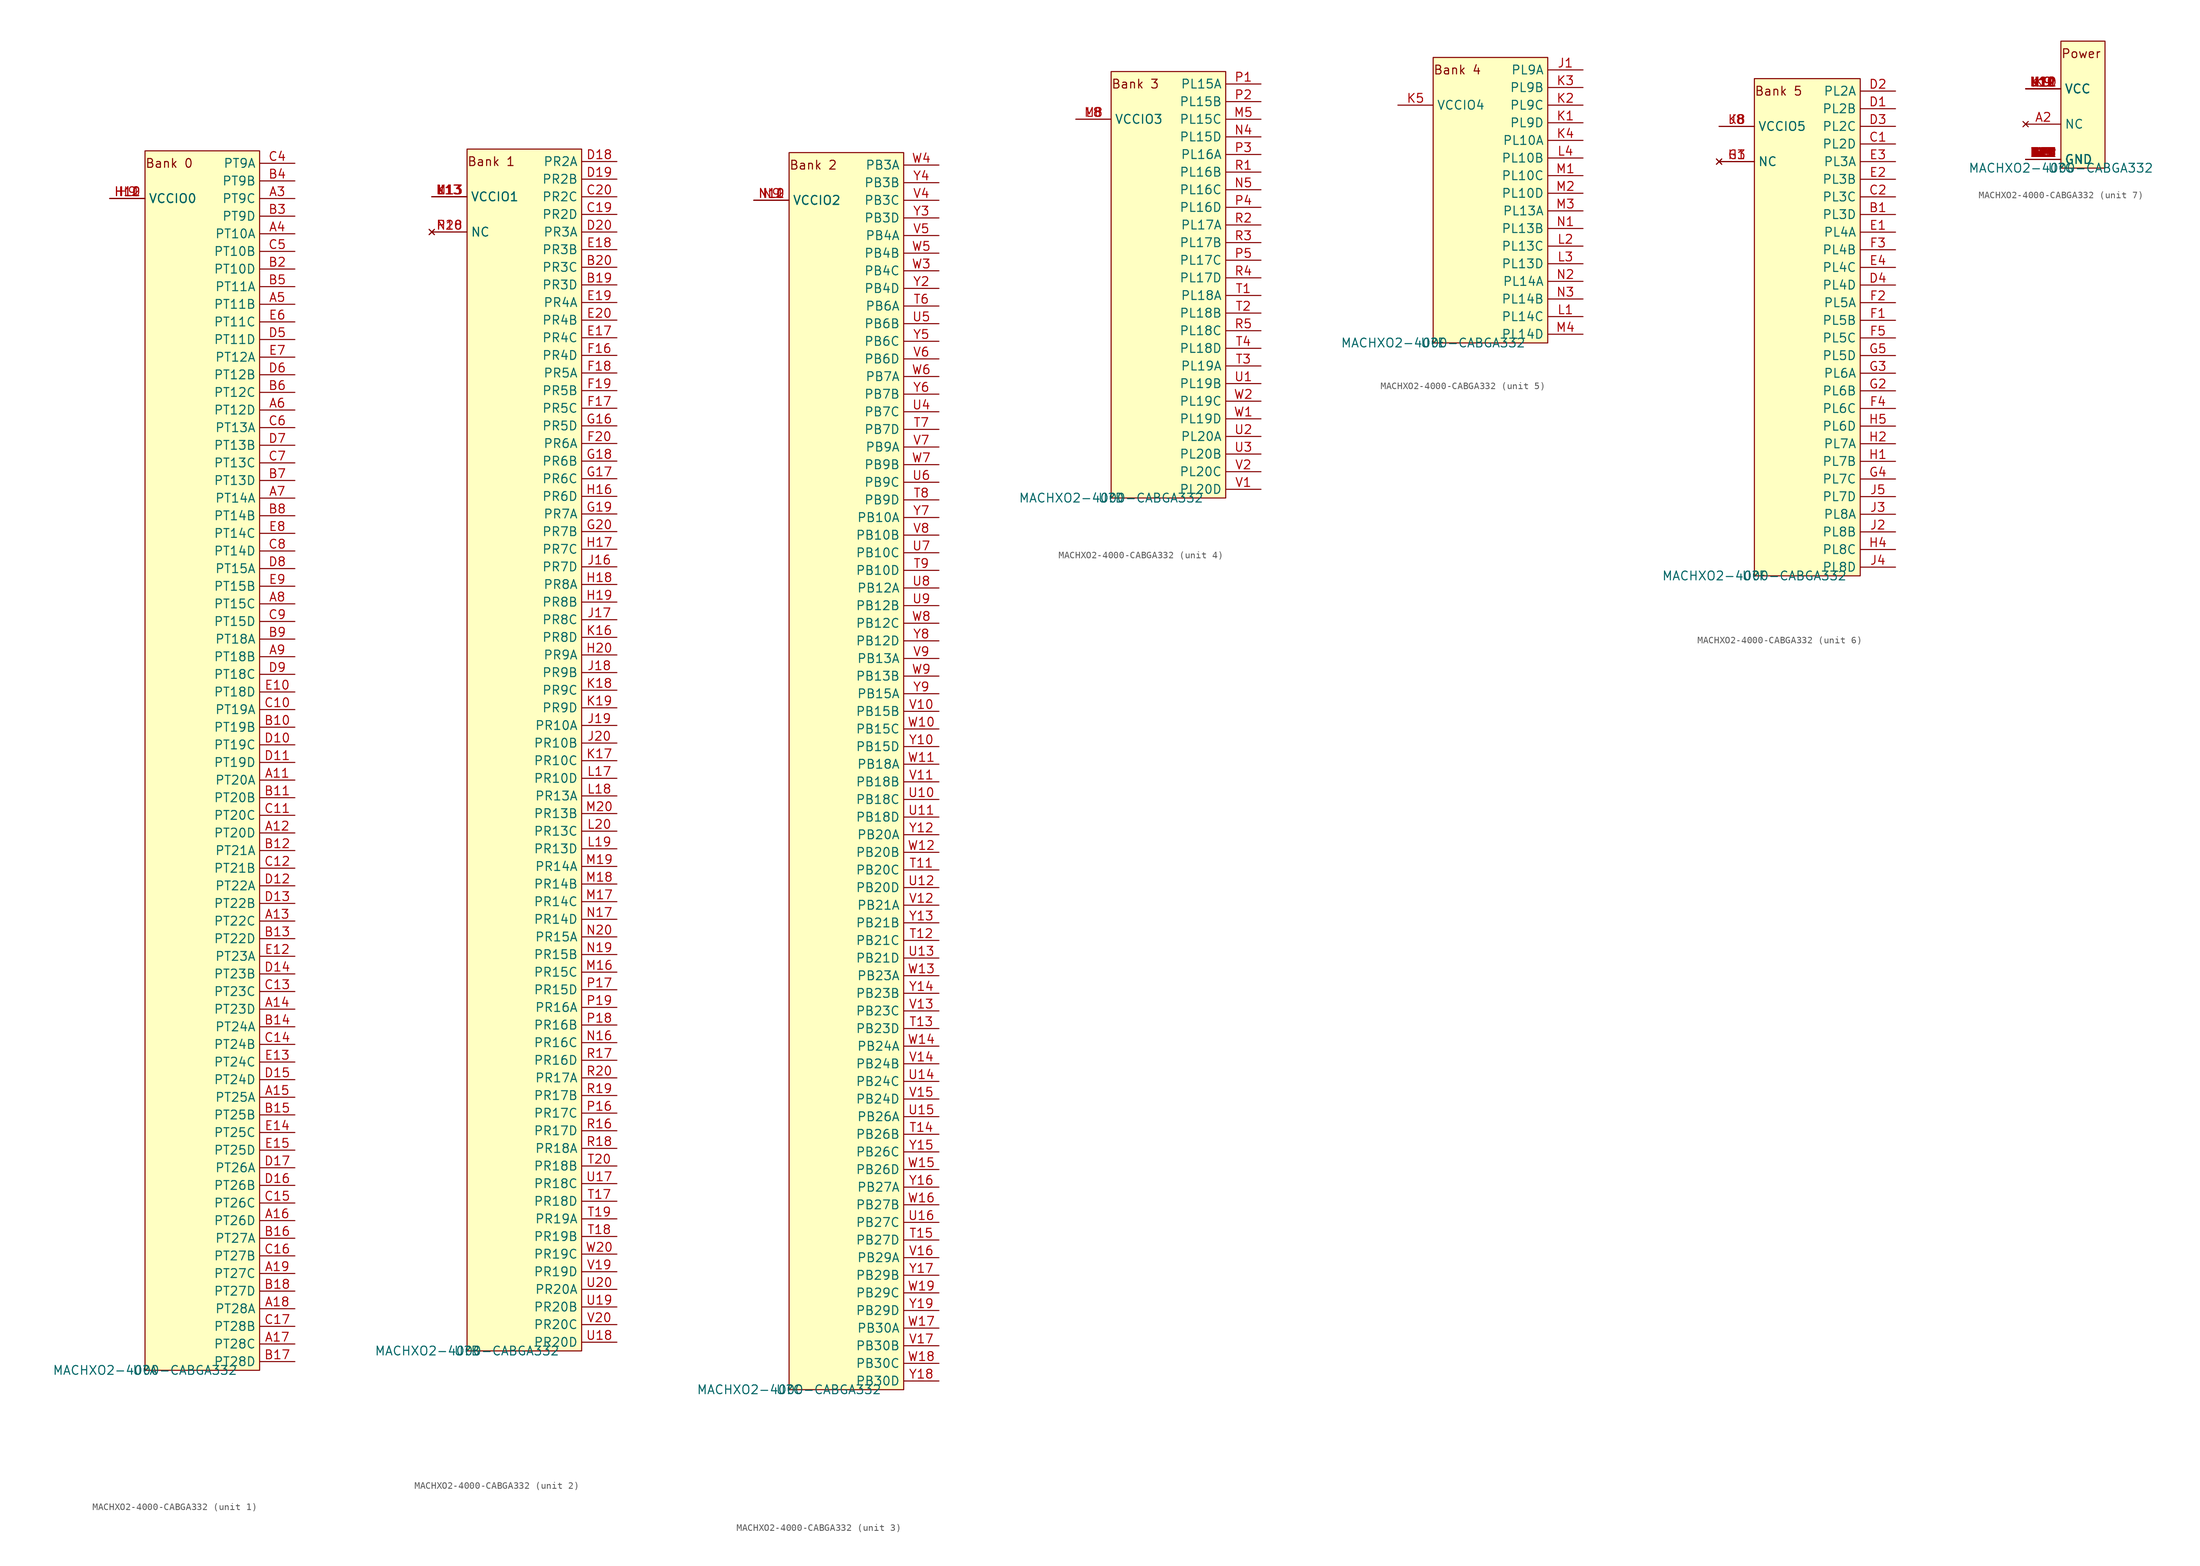
<source format=kicad_sym>
(kicad_symbol_lib
  (version 20211014)
  (generator kicad_symbol_editor)
  (symbol "MACHXO2-4000-CABGA332"
    (property "Reference" "U"
      (at 0 0 0)
      (effects (font (size 1.27 1.27))))
    (property "Value" "MACHXO2-4000-CABGA332"
      (at 0 0 0)
      (effects (font (size 1.27 1.27))))
    (property "ki_locked" ""
      (at 0 0 0)
      (effects (font (size 1.27 1.27))))
    (symbol "MACHXO2-4000-CABGA332_1_0"
      (pin power_in line (at -5.08 168.894 0) (length 5.08) (name "VCCIO0" (effects (font (size 1.27 1.27)))) (number "H11" (effects (font (size 1.27 1.27)))))
      (pin power_in line (at -5.08 168.894 0) (length 5.08) (name "VCCIO0" (effects (font (size 1.27 1.27)))) (number "H9" (effects (font (size 1.27 1.27)))))
      (pin power_in line (at -5.08 168.894 0) (length 5.08) (name "VCCIO0" (effects (font (size 1.27 1.27)))) (number "H12" (effects (font (size 1.27 1.27)))))
      (pin power_in line (at -5.08 168.894 0) (length 5.08) (name "VCCIO0" (effects (font (size 1.27 1.27)))) (number "H10" (effects (font (size 1.27 1.27)))))
      (pin bidirectional line (at 21.59 173.974 180) (length 5.08) (name "PT9A" (effects (font (size 1.27 1.27)))) (number "C4" (effects (font (size 1.27 1.27)))))
      (pin bidirectional line (at 21.59 171.434 180) (length 5.08) (name "PT9B" (effects (font (size 1.27 1.27)))) (number "B4" (effects (font (size 1.27 1.27)))))
      (pin bidirectional line (at 21.59 168.894 180) (length 5.08) (name "PT9C" (effects (font (size 1.27 1.27)))) (number "A3" (effects (font (size 1.27 1.27)))))
      (pin bidirectional line (at 21.59 166.354 180) (length 5.08) (name "PT9D" (effects (font (size 1.27 1.27)))) (number "B3" (effects (font (size 1.27 1.27)))))
      (pin bidirectional line (at 21.59 163.814 180) (length 5.08) (name "PT10A" (effects (font (size 1.27 1.27)))) (number "A4" (effects (font (size 1.27 1.27)))))
      (pin bidirectional line (at 21.59 161.274 180) (length 5.08) (name "PT10B" (effects (font (size 1.27 1.27)))) (number "C5" (effects (font (size 1.27 1.27)))))
      (pin bidirectional line (at 21.59 158.734 180) (length 5.08) (name "PT10D" (effects (font (size 1.27 1.27)))) (number "B2" (effects (font (size 1.27 1.27)))))
      (pin bidirectional line (at 21.59 156.194 180) (length 5.08) (name "PT11A" (effects (font (size 1.27 1.27)))) (number "B5" (effects (font (size 1.27 1.27)))))
      (pin bidirectional line (at 21.59 153.654 180) (length 5.08) (name "PT11B" (effects (font (size 1.27 1.27)))) (number "A5" (effects (font (size 1.27 1.27)))))
      (pin bidirectional line (at 21.59 151.114 180) (length 5.08) (name "PT11C" (effects (font (size 1.27 1.27)))) (number "E6" (effects (font (size 1.27 1.27)))))
      (pin bidirectional line (at 21.59 148.574 180) (length 5.08) (name "PT11D" (effects (font (size 1.27 1.27)))) (number "D5" (effects (font (size 1.27 1.27)))))
      (pin bidirectional line (at 21.59 146.034 180) (length 5.08) (name "PT12A" (effects (font (size 1.27 1.27)))) (number "E7" (effects (font (size 1.27 1.27)))))
      (pin bidirectional line (at 21.59 143.494 180) (length 5.08) (name "PT12B" (effects (font (size 1.27 1.27)))) (number "D6" (effects (font (size 1.27 1.27)))))
      (pin bidirectional line (at 21.59 140.954 180) (length 5.08) (name "PT12C" (effects (font (size 1.27 1.27)))) (number "B6" (effects (font (size 1.27 1.27)))))
      (pin bidirectional line (at 21.59 138.414 180) (length 5.08) (name "PT12D" (effects (font (size 1.27 1.27)))) (number "A6" (effects (font (size 1.27 1.27)))))
      (pin bidirectional line (at 21.59 135.874 180) (length 5.08) (name "PT13A" (effects (font (size 1.27 1.27)))) (number "C6" (effects (font (size 1.27 1.27)))))
      (pin bidirectional line (at 21.59 133.334 180) (length 5.08) (name "PT13B" (effects (font (size 1.27 1.27)))) (number "D7" (effects (font (size 1.27 1.27)))))
      (pin bidirectional line (at 21.59 130.794 180) (length 5.08) (name "PT13C" (effects (font (size 1.27 1.27)))) (number "C7" (effects (font (size 1.27 1.27)))))
      (pin bidirectional line (at 21.59 128.254 180) (length 5.08) (name "PT13D" (effects (font (size 1.27 1.27)))) (number "B7" (effects (font (size 1.27 1.27)))))
      (pin bidirectional line (at 21.59 125.714 180) (length 5.08) (name "PT14A" (effects (font (size 1.27 1.27)))) (number "A7" (effects (font (size 1.27 1.27)))))
      (pin bidirectional line (at 21.59 123.174 180) (length 5.08) (name "PT14B" (effects (font (size 1.27 1.27)))) (number "B8" (effects (font (size 1.27 1.27)))))
      (pin bidirectional line (at 21.59 120.634 180) (length 5.08) (name "PT14C" (effects (font (size 1.27 1.27)))) (number "E8" (effects (font (size 1.27 1.27)))))
      (pin bidirectional line (at 21.59 118.094 180) (length 5.08) (name "PT14D" (effects (font (size 1.27 1.27)))) (number "C8" (effects (font (size 1.27 1.27)))))
      (pin bidirectional line (at 21.59 115.554 180) (length 5.08) (name "PT15A" (effects (font (size 1.27 1.27)))) (number "D8" (effects (font (size 1.27 1.27)))))
      (pin bidirectional line (at 21.59 113.014 180) (length 5.08) (name "PT15B" (effects (font (size 1.27 1.27)))) (number "E9" (effects (font (size 1.27 1.27)))))
      (pin bidirectional line (at 21.59 110.474 180) (length 5.08) (name "PT15C" (effects (font (size 1.27 1.27)))) (number "A8" (effects (font (size 1.27 1.27)))))
      (pin bidirectional line (at 21.59 107.934 180) (length 5.08) (name "PT15D" (effects (font (size 1.27 1.27)))) (number "C9" (effects (font (size 1.27 1.27)))))
      (pin bidirectional line (at 21.59 105.394 180) (length 5.08) (name "PT18A" (effects (font (size 1.27 1.27)))) (number "B9" (effects (font (size 1.27 1.27)))))
      (pin bidirectional line (at 21.59 102.854 180) (length 5.08) (name "PT18B" (effects (font (size 1.27 1.27)))) (number "A9" (effects (font (size 1.27 1.27)))))
      (pin bidirectional line (at 21.59 100.314 180) (length 5.08) (name "PT18C" (effects (font (size 1.27 1.27)))) (number "D9" (effects (font (size 1.27 1.27)))))
      (pin bidirectional line (at 21.59 97.774 180) (length 5.08) (name "PT18D" (effects (font (size 1.27 1.27)))) (number "E10" (effects (font (size 1.27 1.27)))))
      (pin bidirectional line (at 21.59 95.234 180) (length 5.08) (name "PT19A" (effects (font (size 1.27 1.27)))) (number "C10" (effects (font (size 1.27 1.27)))))
      (pin bidirectional line (at 21.59 92.694 180) (length 5.08) (name "PT19B" (effects (font (size 1.27 1.27)))) (number "B10" (effects (font (size 1.27 1.27)))))
      (pin bidirectional line (at 21.59 90.154 180) (length 5.08) (name "PT19C" (effects (font (size 1.27 1.27)))) (number "D10" (effects (font (size 1.27 1.27)))))
      (pin bidirectional line (at 21.59 87.614 180) (length 5.08) (name "PT19D" (effects (font (size 1.27 1.27)))) (number "D11" (effects (font (size 1.27 1.27)))))
      (pin bidirectional line (at 21.59 85.074 180) (length 5.08) (name "PT20A" (effects (font (size 1.27 1.27)))) (number "A11" (effects (font (size 1.27 1.27)))))
      (pin bidirectional line (at 21.59 82.534 180) (length 5.08) (name "PT20B" (effects (font (size 1.27 1.27)))) (number "B11" (effects (font (size 1.27 1.27)))))
      (pin bidirectional line (at 21.59 79.994 180) (length 5.08) (name "PT20C" (effects (font (size 1.27 1.27)))) (number "C11" (effects (font (size 1.27 1.27)))))
      (pin bidirectional line (at 21.59 77.454 180) (length 5.08) (name "PT20D" (effects (font (size 1.27 1.27)))) (number "A12" (effects (font (size 1.27 1.27)))))
      (pin bidirectional line (at 21.59 74.914 180) (length 5.08) (name "PT21A" (effects (font (size 1.27 1.27)))) (number "B12" (effects (font (size 1.27 1.27)))))
      (pin bidirectional line (at 21.59 72.374 180) (length 5.08) (name "PT21B" (effects (font (size 1.27 1.27)))) (number "C12" (effects (font (size 1.27 1.27)))))
      (pin bidirectional line (at 21.59 69.834 180) (length 5.08) (name "PT22A" (effects (font (size 1.27 1.27)))) (number "D12" (effects (font (size 1.27 1.27)))))
      (pin bidirectional line (at 21.59 67.294 180) (length 5.08) (name "PT22B" (effects (font (size 1.27 1.27)))) (number "D13" (effects (font (size 1.27 1.27)))))
      (pin bidirectional line (at 21.59 64.754 180) (length 5.08) (name "PT22C" (effects (font (size 1.27 1.27)))) (number "A13" (effects (font (size 1.27 1.27)))))
      (pin bidirectional line (at 21.59 62.214 180) (length 5.08) (name "PT22D" (effects (font (size 1.27 1.27)))) (number "B13" (effects (font (size 1.27 1.27)))))
      (pin bidirectional line (at 21.59 59.674 180) (length 5.08) (name "PT23A" (effects (font (size 1.27 1.27)))) (number "E12" (effects (font (size 1.27 1.27)))))
      (pin bidirectional line (at 21.59 57.134 180) (length 5.08) (name "PT23B" (effects (font (size 1.27 1.27)))) (number "D14" (effects (font (size 1.27 1.27)))))
      (pin bidirectional line (at 21.59 54.594 180) (length 5.08) (name "PT23C" (effects (font (size 1.27 1.27)))) (number "C13" (effects (font (size 1.27 1.27)))))
      (pin bidirectional line (at 21.59 52.054 180) (length 5.08) (name "PT23D" (effects (font (size 1.27 1.27)))) (number "A14" (effects (font (size 1.27 1.27)))))
      (pin bidirectional line (at 21.59 49.514 180) (length 5.08) (name "PT24A" (effects (font (size 1.27 1.27)))) (number "B14" (effects (font (size 1.27 1.27)))))
      (pin bidirectional line (at 21.59 46.974 180) (length 5.08) (name "PT24B" (effects (font (size 1.27 1.27)))) (number "C14" (effects (font (size 1.27 1.27)))))
      (pin bidirectional line (at 21.59 44.434 180) (length 5.08) (name "PT24C" (effects (font (size 1.27 1.27)))) (number "E13" (effects (font (size 1.27 1.27)))))
      (pin bidirectional line (at 21.59 41.894 180) (length 5.08) (name "PT24D" (effects (font (size 1.27 1.27)))) (number "D15" (effects (font (size 1.27 1.27)))))
      (pin bidirectional line (at 21.59 39.354 180) (length 5.08) (name "PT25A" (effects (font (size 1.27 1.27)))) (number "A15" (effects (font (size 1.27 1.27)))))
      (pin bidirectional line (at 21.59 36.814 180) (length 5.08) (name "PT25B" (effects (font (size 1.27 1.27)))) (number "B15" (effects (font (size 1.27 1.27)))))
      (pin bidirectional line (at 21.59 34.274 180) (length 5.08) (name "PT25C" (effects (font (size 1.27 1.27)))) (number "E14" (effects (font (size 1.27 1.27)))))
      (pin bidirectional line (at 21.59 31.734 180) (length 5.08) (name "PT25D" (effects (font (size 1.27 1.27)))) (number "E15" (effects (font (size 1.27 1.27)))))
      (pin bidirectional line (at 21.59 29.194 180) (length 5.08) (name "PT26A" (effects (font (size 1.27 1.27)))) (number "D17" (effects (font (size 1.27 1.27)))))
      (pin bidirectional line (at 21.59 26.654 180) (length 5.08) (name "PT26B" (effects (font (size 1.27 1.27)))) (number "D16" (effects (font (size 1.27 1.27)))))
      (pin bidirectional line (at 21.59 24.114 180) (length 5.08) (name "PT26C" (effects (font (size 1.27 1.27)))) (number "C15" (effects (font (size 1.27 1.27)))))
      (pin bidirectional line (at 21.59 21.574 180) (length 5.08) (name "PT26D" (effects (font (size 1.27 1.27)))) (number "A16" (effects (font (size 1.27 1.27)))))
      (pin bidirectional line (at 21.59 19.034 180) (length 5.08) (name "PT27A" (effects (font (size 1.27 1.27)))) (number "B16" (effects (font (size 1.27 1.27)))))
      (pin bidirectional line (at 21.59 16.494 180) (length 5.08) (name "PT27B" (effects (font (size 1.27 1.27)))) (number "C16" (effects (font (size 1.27 1.27)))))
      (pin bidirectional line (at 21.59 13.954 180) (length 5.08) (name "PT27C" (effects (font (size 1.27 1.27)))) (number "A19" (effects (font (size 1.27 1.27)))))
      (pin bidirectional line (at 21.59 11.414 180) (length 5.08) (name "PT27D" (effects (font (size 1.27 1.27)))) (number "B18" (effects (font (size 1.27 1.27)))))
      (pin bidirectional line (at 21.59 8.874 180) (length 5.08) (name "PT28A" (effects (font (size 1.27 1.27)))) (number "A18" (effects (font (size 1.27 1.27)))))
      (pin bidirectional line (at 21.59 6.334 180) (length 5.08) (name "PT28B" (effects (font (size 1.27 1.27)))) (number "C17" (effects (font (size 1.27 1.27)))))
      (pin bidirectional line (at 21.59 3.794 180) (length 5.08) (name "PT28C" (effects (font (size 1.27 1.27)))) (number "A17" (effects (font (size 1.27 1.27)))))
      (pin bidirectional line (at 21.59 1.254 180) (length 5.08) (name "PT28D" (effects (font (size 1.27 1.27)))) (number "B17" (effects (font (size 1.27 1.27))))))
    (symbol "MACHXO2-4000-CABGA332_1_1"
      (rectangle (start 0 0) (end 16.51 175.768) (stroke (width 0) (type default) (color 0 0 0 0)) (fill (type background)))
      (text "Bank 0" (at 0 173.974 0) (effects (font (size 1.27 1.27)) (justify left))))
    (symbol "MACHXO2-4000-CABGA332_2_0"
      (pin power_in line (at -5.08 166.354 0) (length 5.08) (name "VCCIO1" (effects (font (size 1.27 1.27)))) (number "M13" (effects (font (size 1.27 1.27)))))
      (pin power_in line (at -5.08 166.354 0) (length 5.08) (name "VCCIO1" (effects (font (size 1.27 1.27)))) (number "L13" (effects (font (size 1.27 1.27)))))
      (pin power_in line (at -5.08 166.354 0) (length 5.08) (name "VCCIO1" (effects (font (size 1.27 1.27)))) (number "J13" (effects (font (size 1.27 1.27)))))
      (pin power_in line (at -5.08 166.354 0) (length 5.08) (name "VCCIO1" (effects (font (size 1.27 1.27)))) (number "K13" (effects (font (size 1.27 1.27)))))
      (pin no_connect line (at -5.08 161.274 0) (length 5.08) (name "NC" (effects (font (size 1.27 1.27)))) (number "P20" (effects (font (size 1.27 1.27)))))
      (pin no_connect line (at -5.08 161.274 0) (length 5.08) (name "NC" (effects (font (size 1.27 1.27)))) (number "N18" (effects (font (size 1.27 1.27)))))
      (pin bidirectional line (at 21.59 171.434 180) (length 5.08) (name "PR2A" (effects (font (size 1.27 1.27)))) (number "D18" (effects (font (size 1.27 1.27)))))
      (pin bidirectional line (at 21.59 168.894 180) (length 5.08) (name "PR2B" (effects (font (size 1.27 1.27)))) (number "D19" (effects (font (size 1.27 1.27)))))
      (pin bidirectional line (at 21.59 166.354 180) (length 5.08) (name "PR2C" (effects (font (size 1.27 1.27)))) (number "C20" (effects (font (size 1.27 1.27)))))
      (pin bidirectional line (at 21.59 163.814 180) (length 5.08) (name "PR2D" (effects (font (size 1.27 1.27)))) (number "C19" (effects (font (size 1.27 1.27)))))
      (pin bidirectional line (at 21.59 161.274 180) (length 5.08) (name "PR3A" (effects (font (size 1.27 1.27)))) (number "D20" (effects (font (size 1.27 1.27)))))
      (pin bidirectional line (at 21.59 158.734 180) (length 5.08) (name "PR3B" (effects (font (size 1.27 1.27)))) (number "E18" (effects (font (size 1.27 1.27)))))
      (pin bidirectional line (at 21.59 156.194 180) (length 5.08) (name "PR3C" (effects (font (size 1.27 1.27)))) (number "B20" (effects (font (size 1.27 1.27)))))
      (pin bidirectional line (at 21.59 153.654 180) (length 5.08) (name "PR3D" (effects (font (size 1.27 1.27)))) (number "B19" (effects (font (size 1.27 1.27)))))
      (pin bidirectional line (at 21.59 151.114 180) (length 5.08) (name "PR4A" (effects (font (size 1.27 1.27)))) (number "E19" (effects (font (size 1.27 1.27)))))
      (pin bidirectional line (at 21.59 148.574 180) (length 5.08) (name "PR4B" (effects (font (size 1.27 1.27)))) (number "E20" (effects (font (size 1.27 1.27)))))
      (pin bidirectional line (at 21.59 146.034 180) (length 5.08) (name "PR4C" (effects (font (size 1.27 1.27)))) (number "E17" (effects (font (size 1.27 1.27)))))
      (pin bidirectional line (at 21.59 143.494 180) (length 5.08) (name "PR4D" (effects (font (size 1.27 1.27)))) (number "F16" (effects (font (size 1.27 1.27)))))
      (pin bidirectional line (at 21.59 140.954 180) (length 5.08) (name "PR5A" (effects (font (size 1.27 1.27)))) (number "F18" (effects (font (size 1.27 1.27)))))
      (pin bidirectional line (at 21.59 138.414 180) (length 5.08) (name "PR5B" (effects (font (size 1.27 1.27)))) (number "F19" (effects (font (size 1.27 1.27)))))
      (pin bidirectional line (at 21.59 135.874 180) (length 5.08) (name "PR5C" (effects (font (size 1.27 1.27)))) (number "F17" (effects (font (size 1.27 1.27)))))
      (pin bidirectional line (at 21.59 133.334 180) (length 5.08) (name "PR5D" (effects (font (size 1.27 1.27)))) (number "G16" (effects (font (size 1.27 1.27)))))
      (pin bidirectional line (at 21.59 130.794 180) (length 5.08) (name "PR6A" (effects (font (size 1.27 1.27)))) (number "F20" (effects (font (size 1.27 1.27)))))
      (pin bidirectional line (at 21.59 128.254 180) (length 5.08) (name "PR6B" (effects (font (size 1.27 1.27)))) (number "G18" (effects (font (size 1.27 1.27)))))
      (pin bidirectional line (at 21.59 125.714 180) (length 5.08) (name "PR6C" (effects (font (size 1.27 1.27)))) (number "G17" (effects (font (size 1.27 1.27)))))
      (pin bidirectional line (at 21.59 123.174 180) (length 5.08) (name "PR6D" (effects (font (size 1.27 1.27)))) (number "H16" (effects (font (size 1.27 1.27)))))
      (pin bidirectional line (at 21.59 120.634 180) (length 5.08) (name "PR7A" (effects (font (size 1.27 1.27)))) (number "G19" (effects (font (size 1.27 1.27)))))
      (pin bidirectional line (at 21.59 118.094 180) (length 5.08) (name "PR7B" (effects (font (size 1.27 1.27)))) (number "G20" (effects (font (size 1.27 1.27)))))
      (pin bidirectional line (at 21.59 115.554 180) (length 5.08) (name "PR7C" (effects (font (size 1.27 1.27)))) (number "H17" (effects (font (size 1.27 1.27)))))
      (pin bidirectional line (at 21.59 113.014 180) (length 5.08) (name "PR7D" (effects (font (size 1.27 1.27)))) (number "J16" (effects (font (size 1.27 1.27)))))
      (pin bidirectional line (at 21.59 110.474 180) (length 5.08) (name "PR8A" (effects (font (size 1.27 1.27)))) (number "H18" (effects (font (size 1.27 1.27)))))
      (pin bidirectional line (at 21.59 107.934 180) (length 5.08) (name "PR8B" (effects (font (size 1.27 1.27)))) (number "H19" (effects (font (size 1.27 1.27)))))
      (pin bidirectional line (at 21.59 105.394 180) (length 5.08) (name "PR8C" (effects (font (size 1.27 1.27)))) (number "J17" (effects (font (size 1.27 1.27)))))
      (pin bidirectional line (at 21.59 102.854 180) (length 5.08) (name "PR8D" (effects (font (size 1.27 1.27)))) (number "K16" (effects (font (size 1.27 1.27)))))
      (pin bidirectional line (at 21.59 100.314 180) (length 5.08) (name "PR9A" (effects (font (size 1.27 1.27)))) (number "H20" (effects (font (size 1.27 1.27)))))
      (pin bidirectional line (at 21.59 97.774 180) (length 5.08) (name "PR9B" (effects (font (size 1.27 1.27)))) (number "J18" (effects (font (size 1.27 1.27)))))
      (pin bidirectional line (at 21.59 95.234 180) (length 5.08) (name "PR9C" (effects (font (size 1.27 1.27)))) (number "K18" (effects (font (size 1.27 1.27)))))
      (pin bidirectional line (at 21.59 92.694 180) (length 5.08) (name "PR9D" (effects (font (size 1.27 1.27)))) (number "K19" (effects (font (size 1.27 1.27)))))
      (pin bidirectional line (at 21.59 90.154 180) (length 5.08) (name "PR10A" (effects (font (size 1.27 1.27)))) (number "J19" (effects (font (size 1.27 1.27)))))
      (pin bidirectional line (at 21.59 87.614 180) (length 5.08) (name "PR10B" (effects (font (size 1.27 1.27)))) (number "J20" (effects (font (size 1.27 1.27)))))
      (pin bidirectional line (at 21.59 85.074 180) (length 5.08) (name "PR10C" (effects (font (size 1.27 1.27)))) (number "K17" (effects (font (size 1.27 1.27)))))
      (pin bidirectional line (at 21.59 82.534 180) (length 5.08) (name "PR10D" (effects (font (size 1.27 1.27)))) (number "L17" (effects (font (size 1.27 1.27)))))
      (pin bidirectional line (at 21.59 79.994 180) (length 5.08) (name "PR13A" (effects (font (size 1.27 1.27)))) (number "L18" (effects (font (size 1.27 1.27)))))
      (pin bidirectional line (at 21.59 77.454 180) (length 5.08) (name "PR13B" (effects (font (size 1.27 1.27)))) (number "M20" (effects (font (size 1.27 1.27)))))
      (pin bidirectional line (at 21.59 74.914 180) (length 5.08) (name "PR13C" (effects (font (size 1.27 1.27)))) (number "L20" (effects (font (size 1.27 1.27)))))
      (pin bidirectional line (at 21.59 72.374 180) (length 5.08) (name "PR13D" (effects (font (size 1.27 1.27)))) (number "L19" (effects (font (size 1.27 1.27)))))
      (pin bidirectional line (at 21.59 69.834 180) (length 5.08) (name "PR14A" (effects (font (size 1.27 1.27)))) (number "M19" (effects (font (size 1.27 1.27)))))
      (pin bidirectional line (at 21.59 67.294 180) (length 5.08) (name "PR14B" (effects (font (size 1.27 1.27)))) (number "M18" (effects (font (size 1.27 1.27)))))
      (pin bidirectional line (at 21.59 64.754 180) (length 5.08) (name "PR14C" (effects (font (size 1.27 1.27)))) (number "M17" (effects (font (size 1.27 1.27)))))
      (pin bidirectional line (at 21.59 62.214 180) (length 5.08) (name "PR14D" (effects (font (size 1.27 1.27)))) (number "N17" (effects (font (size 1.27 1.27)))))
      (pin bidirectional line (at 21.59 59.674 180) (length 5.08) (name "PR15A" (effects (font (size 1.27 1.27)))) (number "N20" (effects (font (size 1.27 1.27)))))
      (pin bidirectional line (at 21.59 57.134 180) (length 5.08) (name "PR15B" (effects (font (size 1.27 1.27)))) (number "N19" (effects (font (size 1.27 1.27)))))
      (pin bidirectional line (at 21.59 54.594 180) (length 5.08) (name "PR15C" (effects (font (size 1.27 1.27)))) (number "M16" (effects (font (size 1.27 1.27)))))
      (pin bidirectional line (at 21.59 52.054 180) (length 5.08) (name "PR15D" (effects (font (size 1.27 1.27)))) (number "P17" (effects (font (size 1.27 1.27)))))
      (pin bidirectional line (at 21.59 49.514 180) (length 5.08) (name "PR16A" (effects (font (size 1.27 1.27)))) (number "P19" (effects (font (size 1.27 1.27)))))
      (pin bidirectional line (at 21.59 46.974 180) (length 5.08) (name "PR16B" (effects (font (size 1.27 1.27)))) (number "P18" (effects (font (size 1.27 1.27)))))
      (pin bidirectional line (at 21.59 44.434 180) (length 5.08) (name "PR16C" (effects (font (size 1.27 1.27)))) (number "N16" (effects (font (size 1.27 1.27)))))
      (pin bidirectional line (at 21.59 41.894 180) (length 5.08) (name "PR16D" (effects (font (size 1.27 1.27)))) (number "R17" (effects (font (size 1.27 1.27)))))
      (pin bidirectional line (at 21.59 39.354 180) (length 5.08) (name "PR17A" (effects (font (size 1.27 1.27)))) (number "R20" (effects (font (size 1.27 1.27)))))
      (pin bidirectional line (at 21.59 36.814 180) (length 5.08) (name "PR17B" (effects (font (size 1.27 1.27)))) (number "R19" (effects (font (size 1.27 1.27)))))
      (pin bidirectional line (at 21.59 34.274 180) (length 5.08) (name "PR17C" (effects (font (size 1.27 1.27)))) (number "P16" (effects (font (size 1.27 1.27)))))
      (pin bidirectional line (at 21.59 31.734 180) (length 5.08) (name "PR17D" (effects (font (size 1.27 1.27)))) (number "R16" (effects (font (size 1.27 1.27)))))
      (pin bidirectional line (at 21.59 29.194 180) (length 5.08) (name "PR18A" (effects (font (size 1.27 1.27)))) (number "R18" (effects (font (size 1.27 1.27)))))
      (pin bidirectional line (at 21.59 26.654 180) (length 5.08) (name "PR18B" (effects (font (size 1.27 1.27)))) (number "T20" (effects (font (size 1.27 1.27)))))
      (pin bidirectional line (at 21.59 24.114 180) (length 5.08) (name "PR18C" (effects (font (size 1.27 1.27)))) (number "U17" (effects (font (size 1.27 1.27)))))
      (pin bidirectional line (at 21.59 21.574 180) (length 5.08) (name "PR18D" (effects (font (size 1.27 1.27)))) (number "T17" (effects (font (size 1.27 1.27)))))
      (pin bidirectional line (at 21.59 19.034 180) (length 5.08) (name "PR19A" (effects (font (size 1.27 1.27)))) (number "T19" (effects (font (size 1.27 1.27)))))
      (pin bidirectional line (at 21.59 16.494 180) (length 5.08) (name "PR19B" (effects (font (size 1.27 1.27)))) (number "T18" (effects (font (size 1.27 1.27)))))
      (pin bidirectional line (at 21.59 13.954 180) (length 5.08) (name "PR19C" (effects (font (size 1.27 1.27)))) (number "W20" (effects (font (size 1.27 1.27)))))
      (pin bidirectional line (at 21.59 11.414 180) (length 5.08) (name "PR19D" (effects (font (size 1.27 1.27)))) (number "V19" (effects (font (size 1.27 1.27)))))
      (pin bidirectional line (at 21.59 8.874 180) (length 5.08) (name "PR20A" (effects (font (size 1.27 1.27)))) (number "U20" (effects (font (size 1.27 1.27)))))
      (pin bidirectional line (at 21.59 6.334 180) (length 5.08) (name "PR20B" (effects (font (size 1.27 1.27)))) (number "U19" (effects (font (size 1.27 1.27)))))
      (pin bidirectional line (at 21.59 3.794 180) (length 5.08) (name "PR20C" (effects (font (size 1.27 1.27)))) (number "V20" (effects (font (size 1.27 1.27)))))
      (pin bidirectional line (at 21.59 1.254 180) (length 5.08) (name "PR20D" (effects (font (size 1.27 1.27)))) (number "U18" (effects (font (size 1.27 1.27))))))
    (symbol "MACHXO2-4000-CABGA332_2_1"
      (rectangle (start 0 0) (end 16.51 173.228) (stroke (width 0) (type default) (color 0 0 0 0)) (fill (type background)))
      (text "Bank 1" (at 0 171.434 0) (effects (font (size 1.27 1.27)) (justify left))))
    (symbol "MACHXO2-4000-CABGA332_3_0"
      (pin power_in line (at -5.08 171.434 0) (length 5.08) (name "VCCIO2" (effects (font (size 1.27 1.27)))) (number "N12" (effects (font (size 1.27 1.27)))))
      (pin power_in line (at -5.08 171.434 0) (length 5.08) (name "VCCIO2" (effects (font (size 1.27 1.27)))) (number "N9" (effects (font (size 1.27 1.27)))))
      (pin power_in line (at -5.08 171.434 0) (length 5.08) (name "VCCIO2" (effects (font (size 1.27 1.27)))) (number "N10" (effects (font (size 1.27 1.27)))))
      (pin power_in line (at -5.08 171.434 0) (length 5.08) (name "VCCIO2" (effects (font (size 1.27 1.27)))) (number "N11" (effects (font (size 1.27 1.27)))))
      (pin bidirectional line (at 21.59 176.514 180) (length 5.08) (name "PB3A" (effects (font (size 1.27 1.27)))) (number "W4" (effects (font (size 1.27 1.27)))))
      (pin bidirectional line (at 21.59 173.974 180) (length 5.08) (name "PB3B" (effects (font (size 1.27 1.27)))) (number "Y4" (effects (font (size 1.27 1.27)))))
      (pin bidirectional line (at 21.59 171.434 180) (length 5.08) (name "PB3C" (effects (font (size 1.27 1.27)))) (number "V4" (effects (font (size 1.27 1.27)))))
      (pin bidirectional line (at 21.59 168.894 180) (length 5.08) (name "PB3D" (effects (font (size 1.27 1.27)))) (number "Y3" (effects (font (size 1.27 1.27)))))
      (pin bidirectional line (at 21.59 166.354 180) (length 5.08) (name "PB4A" (effects (font (size 1.27 1.27)))) (number "V5" (effects (font (size 1.27 1.27)))))
      (pin bidirectional line (at 21.59 163.814 180) (length 5.08) (name "PB4B" (effects (font (size 1.27 1.27)))) (number "W5" (effects (font (size 1.27 1.27)))))
      (pin bidirectional line (at 21.59 161.274 180) (length 5.08) (name "PB4C" (effects (font (size 1.27 1.27)))) (number "W3" (effects (font (size 1.27 1.27)))))
      (pin bidirectional line (at 21.59 158.734 180) (length 5.08) (name "PB4D" (effects (font (size 1.27 1.27)))) (number "Y2" (effects (font (size 1.27 1.27)))))
      (pin bidirectional line (at 21.59 156.194 180) (length 5.08) (name "PB6A" (effects (font (size 1.27 1.27)))) (number "T6" (effects (font (size 1.27 1.27)))))
      (pin bidirectional line (at 21.59 153.654 180) (length 5.08) (name "PB6B" (effects (font (size 1.27 1.27)))) (number "U5" (effects (font (size 1.27 1.27)))))
      (pin bidirectional line (at 21.59 151.114 180) (length 5.08) (name "PB6C" (effects (font (size 1.27 1.27)))) (number "Y5" (effects (font (size 1.27 1.27)))))
      (pin bidirectional line (at 21.59 148.574 180) (length 5.08) (name "PB6D" (effects (font (size 1.27 1.27)))) (number "V6" (effects (font (size 1.27 1.27)))))
      (pin bidirectional line (at 21.59 146.034 180) (length 5.08) (name "PB7A" (effects (font (size 1.27 1.27)))) (number "W6" (effects (font (size 1.27 1.27)))))
      (pin bidirectional line (at 21.59 143.494 180) (length 5.08) (name "PB7B" (effects (font (size 1.27 1.27)))) (number "Y6" (effects (font (size 1.27 1.27)))))
      (pin bidirectional line (at 21.59 140.954 180) (length 5.08) (name "PB7C" (effects (font (size 1.27 1.27)))) (number "U4" (effects (font (size 1.27 1.27)))))
      (pin bidirectional line (at 21.59 138.414 180) (length 5.08) (name "PB7D" (effects (font (size 1.27 1.27)))) (number "T7" (effects (font (size 1.27 1.27)))))
      (pin bidirectional line (at 21.59 135.874 180) (length 5.08) (name "PB9A" (effects (font (size 1.27 1.27)))) (number "V7" (effects (font (size 1.27 1.27)))))
      (pin bidirectional line (at 21.59 133.334 180) (length 5.08) (name "PB9B" (effects (font (size 1.27 1.27)))) (number "W7" (effects (font (size 1.27 1.27)))))
      (pin bidirectional line (at 21.59 130.794 180) (length 5.08) (name "PB9C" (effects (font (size 1.27 1.27)))) (number "U6" (effects (font (size 1.27 1.27)))))
      (pin bidirectional line (at 21.59 128.254 180) (length 5.08) (name "PB9D" (effects (font (size 1.27 1.27)))) (number "T8" (effects (font (size 1.27 1.27)))))
      (pin bidirectional line (at 21.59 125.714 180) (length 5.08) (name "PB10A" (effects (font (size 1.27 1.27)))) (number "Y7" (effects (font (size 1.27 1.27)))))
      (pin bidirectional line (at 21.59 123.174 180) (length 5.08) (name "PB10B" (effects (font (size 1.27 1.27)))) (number "V8" (effects (font (size 1.27 1.27)))))
      (pin bidirectional line (at 21.59 120.634 180) (length 5.08) (name "PB10C" (effects (font (size 1.27 1.27)))) (number "U7" (effects (font (size 1.27 1.27)))))
      (pin bidirectional line (at 21.59 118.094 180) (length 5.08) (name "PB10D" (effects (font (size 1.27 1.27)))) (number "T9" (effects (font (size 1.27 1.27)))))
      (pin bidirectional line (at 21.59 115.554 180) (length 5.08) (name "PB12A" (effects (font (size 1.27 1.27)))) (number "U8" (effects (font (size 1.27 1.27)))))
      (pin bidirectional line (at 21.59 113.014 180) (length 5.08) (name "PB12B" (effects (font (size 1.27 1.27)))) (number "U9" (effects (font (size 1.27 1.27)))))
      (pin bidirectional line (at 21.59 110.474 180) (length 5.08) (name "PB12C" (effects (font (size 1.27 1.27)))) (number "W8" (effects (font (size 1.27 1.27)))))
      (pin bidirectional line (at 21.59 107.934 180) (length 5.08) (name "PB12D" (effects (font (size 1.27 1.27)))) (number "Y8" (effects (font (size 1.27 1.27)))))
      (pin bidirectional line (at 21.59 105.394 180) (length 5.08) (name "PB13A" (effects (font (size 1.27 1.27)))) (number "V9" (effects (font (size 1.27 1.27)))))
      (pin bidirectional line (at 21.59 102.854 180) (length 5.08) (name "PB13B" (effects (font (size 1.27 1.27)))) (number "W9" (effects (font (size 1.27 1.27)))))
      (pin bidirectional line (at 21.59 100.314 180) (length 5.08) (name "PB15A" (effects (font (size 1.27 1.27)))) (number "Y9" (effects (font (size 1.27 1.27)))))
      (pin bidirectional line (at 21.59 97.774 180) (length 5.08) (name "PB15B" (effects (font (size 1.27 1.27)))) (number "V10" (effects (font (size 1.27 1.27)))))
      (pin bidirectional line (at 21.59 95.234 180) (length 5.08) (name "PB15C" (effects (font (size 1.27 1.27)))) (number "W10" (effects (font (size 1.27 1.27)))))
      (pin bidirectional line (at 21.59 92.694 180) (length 5.08) (name "PB15D" (effects (font (size 1.27 1.27)))) (number "Y10" (effects (font (size 1.27 1.27)))))
      (pin bidirectional line (at 21.59 90.154 180) (length 5.08) (name "PB18A" (effects (font (size 1.27 1.27)))) (number "W11" (effects (font (size 1.27 1.27)))))
      (pin bidirectional line (at 21.59 87.614 180) (length 5.08) (name "PB18B" (effects (font (size 1.27 1.27)))) (number "V11" (effects (font (size 1.27 1.27)))))
      (pin bidirectional line (at 21.59 85.074 180) (length 5.08) (name "PB18C" (effects (font (size 1.27 1.27)))) (number "U10" (effects (font (size 1.27 1.27)))))
      (pin bidirectional line (at 21.59 82.534 180) (length 5.08) (name "PB18D" (effects (font (size 1.27 1.27)))) (number "U11" (effects (font (size 1.27 1.27)))))
      (pin bidirectional line (at 21.59 79.994 180) (length 5.08) (name "PB20A" (effects (font (size 1.27 1.27)))) (number "Y12" (effects (font (size 1.27 1.27)))))
      (pin bidirectional line (at 21.59 77.454 180) (length 5.08) (name "PB20B" (effects (font (size 1.27 1.27)))) (number "W12" (effects (font (size 1.27 1.27)))))
      (pin bidirectional line (at 21.59 74.914 180) (length 5.08) (name "PB20C" (effects (font (size 1.27 1.27)))) (number "T11" (effects (font (size 1.27 1.27)))))
      (pin bidirectional line (at 21.59 72.374 180) (length 5.08) (name "PB20D" (effects (font (size 1.27 1.27)))) (number "U12" (effects (font (size 1.27 1.27)))))
      (pin bidirectional line (at 21.59 69.834 180) (length 5.08) (name "PB21A" (effects (font (size 1.27 1.27)))) (number "V12" (effects (font (size 1.27 1.27)))))
      (pin bidirectional line (at 21.59 67.294 180) (length 5.08) (name "PB21B" (effects (font (size 1.27 1.27)))) (number "Y13" (effects (font (size 1.27 1.27)))))
      (pin bidirectional line (at 21.59 64.754 180) (length 5.08) (name "PB21C" (effects (font (size 1.27 1.27)))) (number "T12" (effects (font (size 1.27 1.27)))))
      (pin bidirectional line (at 21.59 62.214 180) (length 5.08) (name "PB21D" (effects (font (size 1.27 1.27)))) (number "U13" (effects (font (size 1.27 1.27)))))
      (pin bidirectional line (at 21.59 59.674 180) (length 5.08) (name "PB23A" (effects (font (size 1.27 1.27)))) (number "W13" (effects (font (size 1.27 1.27)))))
      (pin bidirectional line (at 21.59 57.134 180) (length 5.08) (name "PB23B" (effects (font (size 1.27 1.27)))) (number "Y14" (effects (font (size 1.27 1.27)))))
      (pin bidirectional line (at 21.59 54.594 180) (length 5.08) (name "PB23C" (effects (font (size 1.27 1.27)))) (number "V13" (effects (font (size 1.27 1.27)))))
      (pin bidirectional line (at 21.59 52.054 180) (length 5.08) (name "PB23D" (effects (font (size 1.27 1.27)))) (number "T13" (effects (font (size 1.27 1.27)))))
      (pin bidirectional line (at 21.59 49.514 180) (length 5.08) (name "PB24A" (effects (font (size 1.27 1.27)))) (number "W14" (effects (font (size 1.27 1.27)))))
      (pin bidirectional line (at 21.59 46.974 180) (length 5.08) (name "PB24B" (effects (font (size 1.27 1.27)))) (number "V14" (effects (font (size 1.27 1.27)))))
      (pin bidirectional line (at 21.59 44.434 180) (length 5.08) (name "PB24C" (effects (font (size 1.27 1.27)))) (number "U14" (effects (font (size 1.27 1.27)))))
      (pin bidirectional line (at 21.59 41.894 180) (length 5.08) (name "PB24D" (effects (font (size 1.27 1.27)))) (number "V15" (effects (font (size 1.27 1.27)))))
      (pin bidirectional line (at 21.59 39.354 180) (length 5.08) (name "PB26A" (effects (font (size 1.27 1.27)))) (number "U15" (effects (font (size 1.27 1.27)))))
      (pin bidirectional line (at 21.59 36.814 180) (length 5.08) (name "PB26B" (effects (font (size 1.27 1.27)))) (number "T14" (effects (font (size 1.27 1.27)))))
      (pin bidirectional line (at 21.59 34.274 180) (length 5.08) (name "PB26C" (effects (font (size 1.27 1.27)))) (number "Y15" (effects (font (size 1.27 1.27)))))
      (pin bidirectional line (at 21.59 31.734 180) (length 5.08) (name "PB26D" (effects (font (size 1.27 1.27)))) (number "W15" (effects (font (size 1.27 1.27)))))
      (pin bidirectional line (at 21.59 29.194 180) (length 5.08) (name "PB27A" (effects (font (size 1.27 1.27)))) (number "Y16" (effects (font (size 1.27 1.27)))))
      (pin bidirectional line (at 21.59 26.654 180) (length 5.08) (name "PB27B" (effects (font (size 1.27 1.27)))) (number "W16" (effects (font (size 1.27 1.27)))))
      (pin bidirectional line (at 21.59 24.114 180) (length 5.08) (name "PB27C" (effects (font (size 1.27 1.27)))) (number "U16" (effects (font (size 1.27 1.27)))))
      (pin bidirectional line (at 21.59 21.574 180) (length 5.08) (name "PB27D" (effects (font (size 1.27 1.27)))) (number "T15" (effects (font (size 1.27 1.27)))))
      (pin bidirectional line (at 21.59 19.034 180) (length 5.08) (name "PB29A" (effects (font (size 1.27 1.27)))) (number "V16" (effects (font (size 1.27 1.27)))))
      (pin bidirectional line (at 21.59 16.494 180) (length 5.08) (name "PB29B" (effects (font (size 1.27 1.27)))) (number "Y17" (effects (font (size 1.27 1.27)))))
      (pin bidirectional line (at 21.59 13.954 180) (length 5.08) (name "PB29C" (effects (font (size 1.27 1.27)))) (number "W19" (effects (font (size 1.27 1.27)))))
      (pin bidirectional line (at 21.59 11.414 180) (length 5.08) (name "PB29D" (effects (font (size 1.27 1.27)))) (number "Y19" (effects (font (size 1.27 1.27)))))
      (pin bidirectional line (at 21.59 8.874 180) (length 5.08) (name "PB30A" (effects (font (size 1.27 1.27)))) (number "W17" (effects (font (size 1.27 1.27)))))
      (pin bidirectional line (at 21.59 6.334 180) (length 5.08) (name "PB30B" (effects (font (size 1.27 1.27)))) (number "V17" (effects (font (size 1.27 1.27)))))
      (pin bidirectional line (at 21.59 3.794 180) (length 5.08) (name "PB30C" (effects (font (size 1.27 1.27)))) (number "W18" (effects (font (size 1.27 1.27)))))
      (pin bidirectional line (at 21.59 1.254 180) (length 5.08) (name "PB30D" (effects (font (size 1.27 1.27)))) (number "Y18" (effects (font (size 1.27 1.27))))))
    (symbol "MACHXO2-4000-CABGA332_3_1"
      (rectangle (start 0 0) (end 16.51 178.308) (stroke (width 0) (type default) (color 0 0 0 0)) (fill (type background)))
      (text "Bank 2" (at 0 176.514 0) (effects (font (size 1.27 1.27)) (justify left))))
    (symbol "MACHXO2-4000-CABGA332_4_0"
      (pin power_in line (at -5.08 54.594 0) (length 5.08) (name "VCCIO3" (effects (font (size 1.27 1.27)))) (number "M8" (effects (font (size 1.27 1.27)))))
      (pin power_in line (at -5.08 54.594 0) (length 5.08) (name "VCCIO3" (effects (font (size 1.27 1.27)))) (number "L8" (effects (font (size 1.27 1.27)))))
      (pin bidirectional line (at 21.59 59.674 180) (length 5.08) (name "PL15A" (effects (font (size 1.27 1.27)))) (number "P1" (effects (font (size 1.27 1.27)))))
      (pin bidirectional line (at 21.59 57.134 180) (length 5.08) (name "PL15B" (effects (font (size 1.27 1.27)))) (number "P2" (effects (font (size 1.27 1.27)))))
      (pin bidirectional line (at 21.59 54.594 180) (length 5.08) (name "PL15C" (effects (font (size 1.27 1.27)))) (number "M5" (effects (font (size 1.27 1.27)))))
      (pin bidirectional line (at 21.59 52.054 180) (length 5.08) (name "PL15D" (effects (font (size 1.27 1.27)))) (number "N4" (effects (font (size 1.27 1.27)))))
      (pin bidirectional line (at 21.59 49.514 180) (length 5.08) (name "PL16A" (effects (font (size 1.27 1.27)))) (number "P3" (effects (font (size 1.27 1.27)))))
      (pin bidirectional line (at 21.59 46.974 180) (length 5.08) (name "PL16B" (effects (font (size 1.27 1.27)))) (number "R1" (effects (font (size 1.27 1.27)))))
      (pin bidirectional line (at 21.59 44.434 180) (length 5.08) (name "PL16C" (effects (font (size 1.27 1.27)))) (number "N5" (effects (font (size 1.27 1.27)))))
      (pin bidirectional line (at 21.59 41.894 180) (length 5.08) (name "PL16D" (effects (font (size 1.27 1.27)))) (number "P4" (effects (font (size 1.27 1.27)))))
      (pin bidirectional line (at 21.59 39.354 180) (length 5.08) (name "PL17A" (effects (font (size 1.27 1.27)))) (number "R2" (effects (font (size 1.27 1.27)))))
      (pin bidirectional line (at 21.59 36.814 180) (length 5.08) (name "PL17B" (effects (font (size 1.27 1.27)))) (number "R3" (effects (font (size 1.27 1.27)))))
      (pin bidirectional line (at 21.59 34.274 180) (length 5.08) (name "PL17C" (effects (font (size 1.27 1.27)))) (number "P5" (effects (font (size 1.27 1.27)))))
      (pin bidirectional line (at 21.59 31.734 180) (length 5.08) (name "PL17D" (effects (font (size 1.27 1.27)))) (number "R4" (effects (font (size 1.27 1.27)))))
      (pin bidirectional line (at 21.59 29.194 180) (length 5.08) (name "PL18A" (effects (font (size 1.27 1.27)))) (number "T1" (effects (font (size 1.27 1.27)))))
      (pin bidirectional line (at 21.59 26.654 180) (length 5.08) (name "PL18B" (effects (font (size 1.27 1.27)))) (number "T2" (effects (font (size 1.27 1.27)))))
      (pin bidirectional line (at 21.59 24.114 180) (length 5.08) (name "PL18C" (effects (font (size 1.27 1.27)))) (number "R5" (effects (font (size 1.27 1.27)))))
      (pin bidirectional line (at 21.59 21.574 180) (length 5.08) (name "PL18D" (effects (font (size 1.27 1.27)))) (number "T4" (effects (font (size 1.27 1.27)))))
      (pin bidirectional line (at 21.59 19.034 180) (length 5.08) (name "PL19A" (effects (font (size 1.27 1.27)))) (number "T3" (effects (font (size 1.27 1.27)))))
      (pin bidirectional line (at 21.59 16.494 180) (length 5.08) (name "PL19B" (effects (font (size 1.27 1.27)))) (number "U1" (effects (font (size 1.27 1.27)))))
      (pin bidirectional line (at 21.59 13.954 180) (length 5.08) (name "PL19C" (effects (font (size 1.27 1.27)))) (number "W2" (effects (font (size 1.27 1.27)))))
      (pin bidirectional line (at 21.59 11.414 180) (length 5.08) (name "PL19D" (effects (font (size 1.27 1.27)))) (number "W1" (effects (font (size 1.27 1.27)))))
      (pin bidirectional line (at 21.59 8.874 180) (length 5.08) (name "PL20A" (effects (font (size 1.27 1.27)))) (number "U2" (effects (font (size 1.27 1.27)))))
      (pin bidirectional line (at 21.59 6.334 180) (length 5.08) (name "PL20B" (effects (font (size 1.27 1.27)))) (number "U3" (effects (font (size 1.27 1.27)))))
      (pin bidirectional line (at 21.59 3.794 180) (length 5.08) (name "PL20C" (effects (font (size 1.27 1.27)))) (number "V2" (effects (font (size 1.27 1.27)))))
      (pin bidirectional line (at 21.59 1.254 180) (length 5.08) (name "PL20D" (effects (font (size 1.27 1.27)))) (number "V1" (effects (font (size 1.27 1.27))))))
    (symbol "MACHXO2-4000-CABGA332_4_1"
      (rectangle (start 0 0) (end 16.51 61.468) (stroke (width 0) (type default) (color 0 0 0 0)) (fill (type background)))
      (text "Bank 3" (at 0 59.674 0) (effects (font (size 1.27 1.27)) (justify left))))
    (symbol "MACHXO2-4000-CABGA332_5_0"
      (pin power_in line (at -5.08 34.274 0) (length 5.08) (name "VCCIO4" (effects (font (size 1.27 1.27)))) (number "K5" (effects (font (size 1.27 1.27)))))
      (pin bidirectional line (at 21.59 39.354 180) (length 5.08) (name "PL9A" (effects (font (size 1.27 1.27)))) (number "J1" (effects (font (size 1.27 1.27)))))
      (pin bidirectional line (at 21.59 36.814 180) (length 5.08) (name "PL9B" (effects (font (size 1.27 1.27)))) (number "K3" (effects (font (size 1.27 1.27)))))
      (pin bidirectional line (at 21.59 34.274 180) (length 5.08) (name "PL9C" (effects (font (size 1.27 1.27)))) (number "K2" (effects (font (size 1.27 1.27)))))
      (pin bidirectional line (at 21.59 31.734 180) (length 5.08) (name "PL9D" (effects (font (size 1.27 1.27)))) (number "K1" (effects (font (size 1.27 1.27)))))
      (pin bidirectional line (at 21.59 29.194 180) (length 5.08) (name "PL10A" (effects (font (size 1.27 1.27)))) (number "K4" (effects (font (size 1.27 1.27)))))
      (pin bidirectional line (at 21.59 26.654 180) (length 5.08) (name "PL10B" (effects (font (size 1.27 1.27)))) (number "L4" (effects (font (size 1.27 1.27)))))
      (pin bidirectional line (at 21.59 24.114 180) (length 5.08) (name "PL10C" (effects (font (size 1.27 1.27)))) (number "M1" (effects (font (size 1.27 1.27)))))
      (pin bidirectional line (at 21.59 21.574 180) (length 5.08) (name "PL10D" (effects (font (size 1.27 1.27)))) (number "M2" (effects (font (size 1.27 1.27)))))
      (pin bidirectional line (at 21.59 19.034 180) (length 5.08) (name "PL13A" (effects (font (size 1.27 1.27)))) (number "M3" (effects (font (size 1.27 1.27)))))
      (pin bidirectional line (at 21.59 16.494 180) (length 5.08) (name "PL13B" (effects (font (size 1.27 1.27)))) (number "N1" (effects (font (size 1.27 1.27)))))
      (pin bidirectional line (at 21.59 13.954 180) (length 5.08) (name "PL13C" (effects (font (size 1.27 1.27)))) (number "L2" (effects (font (size 1.27 1.27)))))
      (pin bidirectional line (at 21.59 11.414 180) (length 5.08) (name "PL13D" (effects (font (size 1.27 1.27)))) (number "L3" (effects (font (size 1.27 1.27)))))
      (pin bidirectional line (at 21.59 8.874 180) (length 5.08) (name "PL14A" (effects (font (size 1.27 1.27)))) (number "N2" (effects (font (size 1.27 1.27)))))
      (pin bidirectional line (at 21.59 6.334 180) (length 5.08) (name "PL14B" (effects (font (size 1.27 1.27)))) (number "N3" (effects (font (size 1.27 1.27)))))
      (pin bidirectional line (at 21.59 3.794 180) (length 5.08) (name "PL14C" (effects (font (size 1.27 1.27)))) (number "L1" (effects (font (size 1.27 1.27)))))
      (pin bidirectional line (at 21.59 1.254 180) (length 5.08) (name "PL14D" (effects (font (size 1.27 1.27)))) (number "M4" (effects (font (size 1.27 1.27))))))
    (symbol "MACHXO2-4000-CABGA332_5_1"
      (rectangle (start 0 0) (end 16.51 41.148) (stroke (width 0) (type default) (color 0 0 0 0)) (fill (type background)))
      (text "Bank 4" (at 0 39.354 0) (effects (font (size 1.27 1.27)) (justify left))))
    (symbol "MACHXO2-4000-CABGA332_6_0"
      (pin power_in line (at -5.08 64.754 0) (length 5.08) (name "VCCIO5" (effects (font (size 1.27 1.27)))) (number "K8" (effects (font (size 1.27 1.27)))))
      (pin power_in line (at -5.08 64.754 0) (length 5.08) (name "VCCIO5" (effects (font (size 1.27 1.27)))) (number "J8" (effects (font (size 1.27 1.27)))))
      (pin no_connect line (at -5.08 59.674 0) (length 5.08) (name "NC" (effects (font (size 1.27 1.27)))) (number "G1" (effects (font (size 1.27 1.27)))))
      (pin no_connect line (at -5.08 59.674 0) (length 5.08) (name "NC" (effects (font (size 1.27 1.27)))) (number "H3" (effects (font (size 1.27 1.27)))))
      (pin bidirectional line (at 20.32 69.834 180) (length 5.08) (name "PL2A" (effects (font (size 1.27 1.27)))) (number "D2" (effects (font (size 1.27 1.27)))))
      (pin bidirectional line (at 20.32 67.294 180) (length 5.08) (name "PL2B" (effects (font (size 1.27 1.27)))) (number "D1" (effects (font (size 1.27 1.27)))))
      (pin bidirectional line (at 20.32 64.754 180) (length 5.08) (name "PL2C" (effects (font (size 1.27 1.27)))) (number "D3" (effects (font (size 1.27 1.27)))))
      (pin bidirectional line (at 20.32 62.214 180) (length 5.08) (name "PL2D" (effects (font (size 1.27 1.27)))) (number "C1" (effects (font (size 1.27 1.27)))))
      (pin bidirectional line (at 20.32 59.674 180) (length 5.08) (name "PL3A" (effects (font (size 1.27 1.27)))) (number "E3" (effects (font (size 1.27 1.27)))))
      (pin bidirectional line (at 20.32 57.134 180) (length 5.08) (name "PL3B" (effects (font (size 1.27 1.27)))) (number "E2" (effects (font (size 1.27 1.27)))))
      (pin bidirectional line (at 20.32 54.594 180) (length 5.08) (name "PL3C" (effects (font (size 1.27 1.27)))) (number "C2" (effects (font (size 1.27 1.27)))))
      (pin bidirectional line (at 20.32 52.054 180) (length 5.08) (name "PL3D" (effects (font (size 1.27 1.27)))) (number "B1" (effects (font (size 1.27 1.27)))))
      (pin bidirectional line (at 20.32 49.514 180) (length 5.08) (name "PL4A" (effects (font (size 1.27 1.27)))) (number "E1" (effects (font (size 1.27 1.27)))))
      (pin bidirectional line (at 20.32 46.974 180) (length 5.08) (name "PL4B" (effects (font (size 1.27 1.27)))) (number "F3" (effects (font (size 1.27 1.27)))))
      (pin bidirectional line (at 20.32 44.434 180) (length 5.08) (name "PL4C" (effects (font (size 1.27 1.27)))) (number "E4" (effects (font (size 1.27 1.27)))))
      (pin bidirectional line (at 20.32 41.894 180) (length 5.08) (name "PL4D" (effects (font (size 1.27 1.27)))) (number "D4" (effects (font (size 1.27 1.27)))))
      (pin bidirectional line (at 20.32 39.354 180) (length 5.08) (name "PL5A" (effects (font (size 1.27 1.27)))) (number "F2" (effects (font (size 1.27 1.27)))))
      (pin bidirectional line (at 20.32 36.814 180) (length 5.08) (name "PL5B" (effects (font (size 1.27 1.27)))) (number "F1" (effects (font (size 1.27 1.27)))))
      (pin bidirectional line (at 20.32 34.274 180) (length 5.08) (name "PL5C" (effects (font (size 1.27 1.27)))) (number "F5" (effects (font (size 1.27 1.27)))))
      (pin bidirectional line (at 20.32 31.734 180) (length 5.08) (name "PL5D" (effects (font (size 1.27 1.27)))) (number "G5" (effects (font (size 1.27 1.27)))))
      (pin bidirectional line (at 20.32 29.194 180) (length 5.08) (name "PL6A" (effects (font (size 1.27 1.27)))) (number "G3" (effects (font (size 1.27 1.27)))))
      (pin bidirectional line (at 20.32 26.654 180) (length 5.08) (name "PL6B" (effects (font (size 1.27 1.27)))) (number "G2" (effects (font (size 1.27 1.27)))))
      (pin bidirectional line (at 20.32 24.114 180) (length 5.08) (name "PL6C" (effects (font (size 1.27 1.27)))) (number "F4" (effects (font (size 1.27 1.27)))))
      (pin bidirectional line (at 20.32 21.574 180) (length 5.08) (name "PL6D" (effects (font (size 1.27 1.27)))) (number "H5" (effects (font (size 1.27 1.27)))))
      (pin bidirectional line (at 20.32 19.034 180) (length 5.08) (name "PL7A" (effects (font (size 1.27 1.27)))) (number "H2" (effects (font (size 1.27 1.27)))))
      (pin bidirectional line (at 20.32 16.494 180) (length 5.08) (name "PL7B" (effects (font (size 1.27 1.27)))) (number "H1" (effects (font (size 1.27 1.27)))))
      (pin bidirectional line (at 20.32 13.954 180) (length 5.08) (name "PL7C" (effects (font (size 1.27 1.27)))) (number "G4" (effects (font (size 1.27 1.27)))))
      (pin bidirectional line (at 20.32 11.414 180) (length 5.08) (name "PL7D" (effects (font (size 1.27 1.27)))) (number "J5" (effects (font (size 1.27 1.27)))))
      (pin bidirectional line (at 20.32 8.874 180) (length 5.08) (name "PL8A" (effects (font (size 1.27 1.27)))) (number "J3" (effects (font (size 1.27 1.27)))))
      (pin bidirectional line (at 20.32 6.334 180) (length 5.08) (name "PL8B" (effects (font (size 1.27 1.27)))) (number "J2" (effects (font (size 1.27 1.27)))))
      (pin bidirectional line (at 20.32 3.794 180) (length 5.08) (name "PL8C" (effects (font (size 1.27 1.27)))) (number "H4" (effects (font (size 1.27 1.27)))))
      (pin bidirectional line (at 20.32 1.254 180) (length 5.08) (name "PL8D" (effects (font (size 1.27 1.27)))) (number "J4" (effects (font (size 1.27 1.27))))))
    (symbol "MACHXO2-4000-CABGA332_6_1"
      (rectangle (start 0 0) (end 15.24 71.628) (stroke (width 0) (type default) (color 0 0 0 0)) (fill (type background)))
      (text "Bank 5" (at 0 69.834 0) (effects (font (size 1.27 1.27)) (justify left))))
    (symbol "MACHXO2-4000-CABGA332_7_0"
      (pin power_in line (at -5.08 11.414 0) (length 5.08) (name "VCC" (effects (font (size 1.27 1.27)))) (number "J10" (effects (font (size 1.27 1.27)))))
      (pin power_in line (at -5.08 11.414 0) (length 5.08) (name "VCC" (effects (font (size 1.27 1.27)))) (number "J11" (effects (font (size 1.27 1.27)))))
      (pin power_in line (at -5.08 11.414 0) (length 5.08) (name "VCC" (effects (font (size 1.27 1.27)))) (number "L12" (effects (font (size 1.27 1.27)))))
      (pin power_in line (at -5.08 11.414 0) (length 5.08) (name "VCC" (effects (font (size 1.27 1.27)))) (number "L9" (effects (font (size 1.27 1.27)))))
      (pin power_in line (at -5.08 11.414 0) (length 5.08) (name "VCC" (effects (font (size 1.27 1.27)))) (number "M11" (effects (font (size 1.27 1.27)))))
      (pin power_in line (at -5.08 11.414 0) (length 5.08) (name "VCC" (effects (font (size 1.27 1.27)))) (number "M10" (effects (font (size 1.27 1.27)))))
      (pin power_in line (at -5.08 11.414 0) (length 5.08) (name "VCC" (effects (font (size 1.27 1.27)))) (number "K9" (effects (font (size 1.27 1.27)))))
      (pin power_in line (at -5.08 11.414 0) (length 5.08) (name "VCC" (effects (font (size 1.27 1.27)))) (number "K12" (effects (font (size 1.27 1.27)))))
      (pin no_connect line (at -5.08 6.334 0) (length 5.08) (name "NC" (effects (font (size 1.27 1.27)))) (number "A2" (effects (font (size 1.27 1.27)))))
      (pin power_in line (at -5.08 1.254 0) (length 5.08) (name "GND" (effects (font (size 1.27 1.27)))) (number "Y1" (effects (font (size 1.27 1.27)))))
      (pin power_in line (at -5.08 1.254 0) (length 5.08) (name "GND" (effects (font (size 1.27 1.27)))) (number "Y11" (effects (font (size 1.27 1.27)))))
      (pin power_in line (at -5.08 1.254 0) (length 5.08) (name "GND" (effects (font (size 1.27 1.27)))) (number "Y20" (effects (font (size 1.27 1.27)))))
      (pin power_in line (at -5.08 1.254 0) (length 5.08) (name "GND" (effects (font (size 1.27 1.27)))) (number "M9" (effects (font (size 1.27 1.27)))))
      (pin power_in line (at -5.08 1.254 0) (length 5.08) (name "GND" (effects (font (size 1.27 1.27)))) (number "L16" (effects (font (size 1.27 1.27)))))
      (pin power_in line (at -5.08 1.254 0) (length 5.08) (name "GND" (effects (font (size 1.27 1.27)))) (number "N8" (effects (font (size 1.27 1.27)))))
      (pin power_in line (at -5.08 1.254 0) (length 5.08) (name "GND" (effects (font (size 1.27 1.27)))) (number "M12" (effects (font (size 1.27 1.27)))))
      (pin power_in line (at -5.08 1.254 0) (length 5.08) (name "GND" (effects (font (size 1.27 1.27)))) (number "T10" (effects (font (size 1.27 1.27)))))
      (pin power_in line (at -5.08 1.254 0) (length 5.08) (name "GND" (effects (font (size 1.27 1.27)))) (number "N13" (effects (font (size 1.27 1.27)))))
      (pin power_in line (at -5.08 1.254 0) (length 5.08) (name "GND" (effects (font (size 1.27 1.27)))) (number "V18" (effects (font (size 1.27 1.27)))))
      (pin power_in line (at -5.08 1.254 0) (length 5.08) (name "GND" (effects (font (size 1.27 1.27)))) (number "V3" (effects (font (size 1.27 1.27)))))
      (pin power_in line (at -5.08 1.254 0) (length 5.08) (name "GND" (effects (font (size 1.27 1.27)))) (number "A1" (effects (font (size 1.27 1.27)))))
      (pin power_in line (at -5.08 1.254 0) (length 5.08) (name "GND" (effects (font (size 1.27 1.27)))) (number "A10" (effects (font (size 1.27 1.27)))))
      (pin power_in line (at -5.08 1.254 0) (length 5.08) (name "GND" (effects (font (size 1.27 1.27)))) (number "A20" (effects (font (size 1.27 1.27)))))
      (pin power_in line (at -5.08 1.254 0) (length 5.08) (name "GND" (effects (font (size 1.27 1.27)))) (number "C3" (effects (font (size 1.27 1.27)))))
      (pin power_in line (at -5.08 1.254 0) (length 5.08) (name "GND" (effects (font (size 1.27 1.27)))) (number "C18" (effects (font (size 1.27 1.27)))))
      (pin power_in line (at -5.08 1.254 0) (length 5.08) (name "GND" (effects (font (size 1.27 1.27)))) (number "E11" (effects (font (size 1.27 1.27)))))
      (pin power_in line (at -5.08 1.254 0) (length 5.08) (name "GND" (effects (font (size 1.27 1.27)))) (number "H8" (effects (font (size 1.27 1.27)))))
      (pin power_in line (at -5.08 1.254 0) (length 5.08) (name "GND" (effects (font (size 1.27 1.27)))) (number "H13" (effects (font (size 1.27 1.27)))))
      (pin power_in line (at -5.08 1.254 0) (length 5.08) (name "GND" (effects (font (size 1.27 1.27)))) (number "J9" (effects (font (size 1.27 1.27)))))
      (pin power_in line (at -5.08 1.254 0) (length 5.08) (name "GND" (effects (font (size 1.27 1.27)))) (number "J12" (effects (font (size 1.27 1.27)))))
      (pin power_in line (at -5.08 1.254 0) (length 5.08) (name "GND" (effects (font (size 1.27 1.27)))) (number "K10" (effects (font (size 1.27 1.27)))))
      (pin power_in line (at -5.08 1.254 0) (length 5.08) (name "GND" (effects (font (size 1.27 1.27)))) (number "K11" (effects (font (size 1.27 1.27)))))
      (pin power_in line (at -5.08 1.254 0) (length 5.08) (name "GND" (effects (font (size 1.27 1.27)))) (number "K20" (effects (font (size 1.27 1.27)))))
      (pin power_in line (at -5.08 1.254 0) (length 5.08) (name "GND" (effects (font (size 1.27 1.27)))) (number "L5" (effects (font (size 1.27 1.27)))))
      (pin power_in line (at -5.08 1.254 0) (length 5.08) (name "GND" (effects (font (size 1.27 1.27)))) (number "L10" (effects (font (size 1.27 1.27)))))
      (pin power_in line (at -5.08 1.254 0) (length 5.08) (name "GND" (effects (font (size 1.27 1.27)))) (number "L11" (effects (font (size 1.27 1.27))))))
    (symbol "MACHXO2-4000-CABGA332_7_1"
      (rectangle (start 0 0) (end 6.35 18.288) (stroke (width 0) (type default) (color 0 0 0 0)) (fill (type background)))
      (text "Power" (at 0 16.494 0) (effects (font (size 1.27 1.27)) (justify left))))))
</source>
